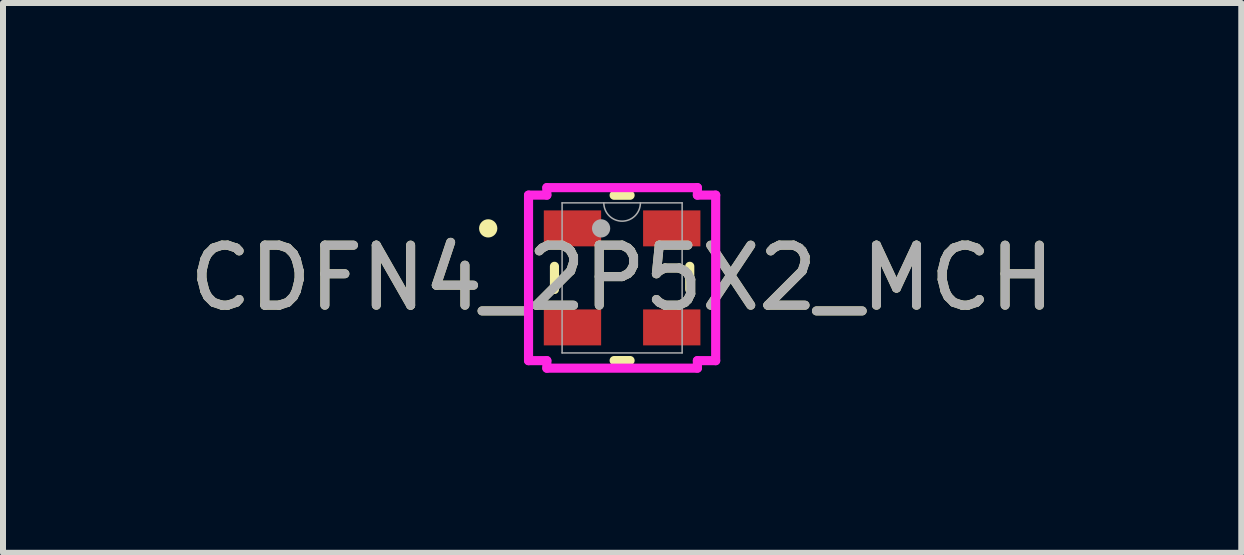
<source format=kicad_pcb>
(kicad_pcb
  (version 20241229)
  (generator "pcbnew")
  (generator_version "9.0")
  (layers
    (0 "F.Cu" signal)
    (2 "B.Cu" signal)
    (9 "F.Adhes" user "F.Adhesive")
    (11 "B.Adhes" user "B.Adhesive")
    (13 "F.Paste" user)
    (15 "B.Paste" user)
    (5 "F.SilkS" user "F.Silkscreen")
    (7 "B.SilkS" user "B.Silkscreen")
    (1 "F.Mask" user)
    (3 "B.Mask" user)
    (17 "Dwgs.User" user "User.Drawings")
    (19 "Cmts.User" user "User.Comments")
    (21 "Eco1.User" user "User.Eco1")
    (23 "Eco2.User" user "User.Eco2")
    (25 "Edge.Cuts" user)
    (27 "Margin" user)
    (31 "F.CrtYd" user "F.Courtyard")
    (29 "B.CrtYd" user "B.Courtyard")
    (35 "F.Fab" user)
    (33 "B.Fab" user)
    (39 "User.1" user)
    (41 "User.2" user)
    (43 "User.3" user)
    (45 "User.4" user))
  (footprint "CDFN4_2P5X2_MCH"
    (layer "F.Cu")
    (at 7.315 1.58)
    (property "Reference" "CDFN4_2P5X2_MCH" (at 0 0 0) (unlocked yes) (layer "F.SilkS") (effects (font (size 1 1) (thickness 0.15))))
    (attr smd)
    (fp_line (start -1.127 -0.193) (end -1.127 0.193) (stroke (width 0.152) (type solid)) (layer "F.SilkS"))
    (fp_line (start -0.133 1.377) (end 0.133 1.377) (stroke (width 0.152) (type solid)) (layer "F.SilkS"))
    (fp_line (start 0.133 -1.377) (end -0.133 -1.377) (stroke (width 0.152) (type solid)) (layer "F.SilkS"))
    (fp_line (start 1.127 0.193) (end 1.127 -0.193) (stroke (width 0.152) (type solid)) (layer "F.SilkS"))
    (fp_circle (center -2.231 -0.825) (end -2.155 -0.825) (stroke (width 0.152) (type solid)) (fill no) (layer "F.SilkS"))
    (fp_line (start -1.559 -1.379) (end -1.254 -1.379) (stroke (width 0.152) (type solid)) (layer "F.CrtYd"))
    (fp_line (start -1.559 1.379) (end -1.559 -1.379) (stroke (width 0.152) (type solid)) (layer "F.CrtYd"))
    (fp_line (start -1.559 1.379) (end -1.254 1.379) (stroke (width 0.152) (type solid)) (layer "F.CrtYd"))
    (fp_line (start -1.254 -1.504) (end 1.254 -1.504) (stroke (width 0.152) (type solid)) (layer "F.CrtYd"))
    (fp_line (start -1.254 -1.379) (end -1.254 -1.504) (stroke (width 0.152) (type solid)) (layer "F.CrtYd"))
    (fp_line (start -1.254 1.504) (end -1.254 1.379) (stroke (width 0.152) (type solid)) (layer "F.CrtYd"))
    (fp_line (start 1.254 -1.504) (end 1.254 -1.379) (stroke (width 0.152) (type solid)) (layer "F.CrtYd"))
    (fp_line (start 1.254 1.379) (end 1.254 1.504) (stroke (width 0.152) (type solid)) (layer "F.CrtYd"))
    (fp_line (start 1.254 1.504) (end -1.254 1.504) (stroke (width 0.152) (type solid)) (layer "F.CrtYd"))
    (fp_line (start 1.559 -1.379) (end 1.254 -1.379) (stroke (width 0.152) (type solid)) (layer "F.CrtYd"))
    (fp_line (start 1.559 -1.379) (end 1.559 1.379) (stroke (width 0.152) (type solid)) (layer "F.CrtYd"))
    (fp_line (start 1.559 1.379) (end 1.254 1.379) (stroke (width 0.152) (type solid)) (layer "F.CrtYd"))
    (fp_line (start -1 -1.25) (end -1 1.25) (stroke (width 0.025) (type solid)) (layer "F.Fab"))
    (fp_line (start -1 1.25) (end 1 1.25) (stroke (width 0.025) (type solid)) (layer "F.Fab"))
    (fp_line (start 1 -1.25) (end -1 -1.25) (stroke (width 0.025) (type solid)) (layer "F.Fab"))
    (fp_line (start 1 1.25) (end 1 -1.25) (stroke (width 0.025) (type solid)) (layer "F.Fab"))
    (fp_arc (start 0.3048 -1.25) (mid 0 -0.9452) (end -0.3048 -1.25) (stroke (width 0.0254) (type solid)) (layer "F.Fab"))
    (fp_circle (center -0.35 -0.825) (end -0.35 -0.825) (stroke (width 0.152) (type solid)) (fill no) (layer "F.Fab"))
    (fp_text user "${REFERENCE}" (at 0 0 0) (unlocked yes) (layer "F.Fab") (effects (font (size 1 1) (thickness 0.15))))
    (pad "1" smd rect (at -0.827 -0.825) (size 0.955 0.599) (layers "F.Cu" "F.Mask" "F.Paste"))
    (pad "2" smd rect (at -0.827 0.825) (size 0.955 0.599) (layers "F.Cu" "F.Mask" "F.Paste"))
    (pad "3" smd rect (at 0.827 0.825) (size 0.955 0.599) (layers "F.Cu" "F.Mask" "F.Paste"))
    (pad "4" smd rect (at 0.827 -0.825) (size 0.955 0.599) (layers "F.Cu" "F.Mask" "F.Paste")))
  (gr_rect
    (start -3 -3)
    (end 17.631 6.16)
    (stroke (width 0.1) (type default))
    (fill no)
    (layer "Edge.Cuts")))
</source>
